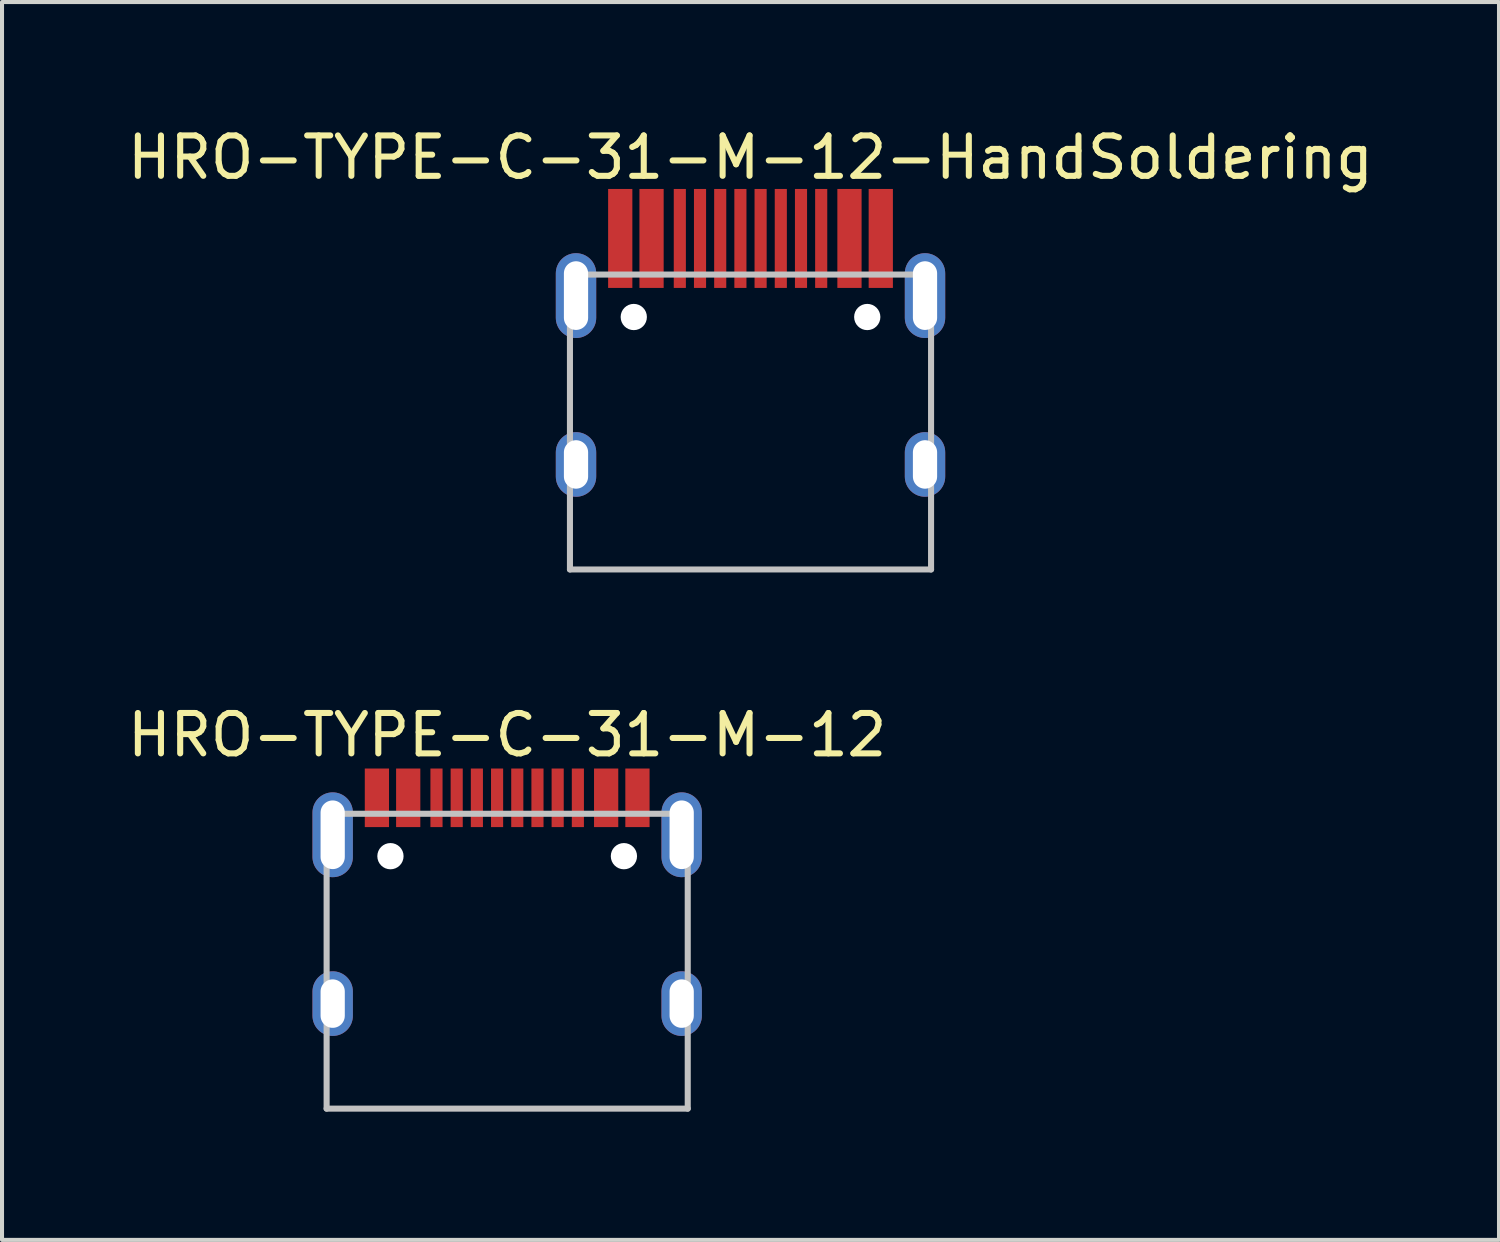
<source format=kicad_pcb>
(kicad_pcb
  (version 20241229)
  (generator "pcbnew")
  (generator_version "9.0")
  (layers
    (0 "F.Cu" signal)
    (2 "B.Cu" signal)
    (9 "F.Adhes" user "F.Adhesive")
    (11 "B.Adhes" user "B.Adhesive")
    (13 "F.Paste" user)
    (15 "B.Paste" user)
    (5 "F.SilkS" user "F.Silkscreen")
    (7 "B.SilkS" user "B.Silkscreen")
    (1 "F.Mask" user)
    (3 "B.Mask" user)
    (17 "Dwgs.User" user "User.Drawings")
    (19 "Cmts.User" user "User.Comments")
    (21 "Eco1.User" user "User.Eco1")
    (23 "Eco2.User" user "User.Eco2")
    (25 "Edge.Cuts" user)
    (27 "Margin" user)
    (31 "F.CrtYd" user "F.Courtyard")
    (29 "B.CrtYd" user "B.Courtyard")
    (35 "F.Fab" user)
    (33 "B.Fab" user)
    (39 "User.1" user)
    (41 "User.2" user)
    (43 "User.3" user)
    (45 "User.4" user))
  (footprint "HRO-TYPE-C-31-M-12"
    (layer "F.Cu")
    (at 9.506 24.396)
    (property "Reference" "HRO-TYPE-C-31-M-12" (at 0 -9.25 0) (layer "F.SilkS") (effects (font (size 1 1) (thickness 0.15))))
    (attr through_hole)
    (fp_line (start -4.47 -7.3) (end 4.47 -7.3) (stroke (width 0.15) (type solid)) (layer "Dwgs.User"))
    (fp_line (start -4.47 0) (end -4.47 -7.3) (stroke (width 0.15) (type solid)) (layer "Dwgs.User"))
    (fp_line (start -4.47 0) (end 4.47 0) (stroke (width 0.15) (type solid)) (layer "Dwgs.User"))
    (fp_line (start 4.47 0) (end 4.47 -7.3) (stroke (width 0.15) (type solid)) (layer "Dwgs.User"))
    (pad "" np_thru_hole circle (at -2.89 -6.25) (size 0.65 0.65) (drill 0.65) (layers "*.Cu" "*.Mask"))
    (pad "" np_thru_hole circle (at 2.89 -6.25) (size 0.65 0.65) (drill 0.65) (layers "*.Cu" "*.Mask"))
    (pad "1" smd rect (at -3.225 -7.695) (size 0.6 1.45) (layers "F.Cu" "F.Mask" "F.Paste"))
    (pad "2" smd rect (at -2.45 -7.695) (size 0.6 1.45) (layers "F.Cu" "F.Mask" "F.Paste"))
    (pad "3" smd rect (at -1.75 -7.695) (size 0.3 1.45) (layers "F.Cu" "F.Mask" "F.Paste"))
    (pad "4" smd rect (at -1.25 -7.695) (size 0.3 1.45) (layers "F.Cu" "F.Mask" "F.Paste"))
    (pad "5" smd rect (at -0.75 -7.695) (size 0.3 1.45) (layers "F.Cu" "F.Mask" "F.Paste"))
    (pad "6" smd rect (at -0.25 -7.695) (size 0.3 1.45) (layers "F.Cu" "F.Mask" "F.Paste"))
    (pad "7" smd rect (at 0.25 -7.695) (size 0.3 1.45) (layers "F.Cu" "F.Mask" "F.Paste"))
    (pad "8" smd rect (at 0.75 -7.695) (size 0.3 1.45) (layers "F.Cu" "F.Mask" "F.Paste"))
    (pad "9" smd rect (at 1.25 -7.695) (size 0.3 1.45) (layers "F.Cu" "F.Mask" "F.Paste"))
    (pad "10" smd rect (at 1.75 -7.695) (size 0.3 1.45) (layers "F.Cu" "F.Mask" "F.Paste"))
    (pad "11" smd rect (at 2.45 -7.695) (size 0.6 1.45) (layers "F.Cu" "F.Mask" "F.Paste"))
    (pad "12" smd rect (at 3.225 -7.695) (size 0.6 1.45) (layers "F.Cu" "F.Mask" "F.Paste"))
    (pad "13" thru_hole oval (at -4.32 -6.78) (size 1 2.1) (drill oval 0.6 1.7) (layers "*.Cu" "B.Mask"))
    (pad "13" thru_hole oval (at -4.32 -2.6) (size 1 1.6) (drill oval 0.6 1.2) (layers "*.Cu" "B.Mask"))
    (pad "13" thru_hole oval (at 4.32 -6.78) (size 1 2.1) (drill oval 0.6 1.7) (layers "*.Cu" "B.Mask"))
    (pad "13" thru_hole oval (at 4.32 -2.6) (size 1 1.6) (drill oval 0.6 1.2) (layers "*.Cu" "B.Mask")))
  (footprint "HRO-TYPE-C-31-M-12-HandSoldering"
    (layer "F.Cu")
    (at 15.53 11.048)
    (property "Reference" "HRO-TYPE-C-31-M-12-HandSoldering" (at 0 -10.2 0) (layer "F.SilkS") (effects (font (size 1 1) (thickness 0.15))))
    (attr through_hole)
    (fp_line (start -4.47 -7.3) (end 4.47 -7.3) (stroke (width 0.15) (type solid)) (layer "Dwgs.User"))
    (fp_line (start -4.47 0) (end -4.47 -7.3) (stroke (width 0.15) (type solid)) (layer "Dwgs.User"))
    (fp_line (start -4.47 0) (end 4.47 0) (stroke (width 0.15) (type solid)) (layer "Dwgs.User"))
    (fp_line (start 4.47 0) (end 4.47 -7.3) (stroke (width 0.15) (type solid)) (layer "Dwgs.User"))
    (pad "" np_thru_hole circle (at -2.89 -6.25) (size 0.65 0.65) (drill 0.65) (layers "*.Cu" "*.Mask"))
    (pad "" np_thru_hole circle (at 2.89 -6.25) (size 0.65 0.65) (drill 0.65) (layers "*.Cu" "*.Mask"))
    (pad "1" smd rect (at -3.225 -8.195) (size 0.6 2.45) (layers "F.Cu" "F.Mask" "F.Paste"))
    (pad "2" smd rect (at -2.45 -8.195) (size 0.6 2.45) (layers "F.Cu" "F.Mask" "F.Paste"))
    (pad "3" smd rect (at -1.75 -8.195) (size 0.3 2.45) (layers "F.Cu" "F.Mask" "F.Paste"))
    (pad "4" smd rect (at -1.25 -8.195) (size 0.3 2.45) (layers "F.Cu" "F.Mask" "F.Paste"))
    (pad "5" smd rect (at -0.75 -8.195) (size 0.3 2.45) (layers "F.Cu" "F.Mask" "F.Paste"))
    (pad "6" smd rect (at -0.25 -8.195) (size 0.3 2.45) (layers "F.Cu" "F.Mask" "F.Paste"))
    (pad "7" smd rect (at 0.25 -8.195) (size 0.3 2.45) (layers "F.Cu" "F.Mask" "F.Paste"))
    (pad "8" smd rect (at 0.75 -8.195) (size 0.3 2.45) (layers "F.Cu" "F.Mask" "F.Paste"))
    (pad "9" smd rect (at 1.25 -8.195) (size 0.3 2.45) (layers "F.Cu" "F.Mask" "F.Paste"))
    (pad "10" smd rect (at 1.75 -8.195) (size 0.3 2.45) (layers "F.Cu" "F.Mask" "F.Paste"))
    (pad "11" smd rect (at 2.45 -8.195) (size 0.6 2.45) (layers "F.Cu" "F.Mask" "F.Paste"))
    (pad "12" smd rect (at 3.225 -8.195) (size 0.6 2.45) (layers "F.Cu" "F.Mask" "F.Paste"))
    (pad "13" thru_hole oval (at -4.32 -6.78) (size 1 2.1) (drill oval 0.6 1.7) (layers "*.Cu" "B.Mask"))
    (pad "13" thru_hole oval (at -4.32 -2.6) (size 1 1.6) (drill oval 0.6 1.2) (layers "*.Cu" "B.Mask"))
    (pad "13" thru_hole oval (at 4.32 -6.78) (size 1 2.1) (drill oval 0.6 1.7) (layers "*.Cu" "B.Mask"))
    (pad "13" thru_hole oval (at 4.32 -2.6) (size 1 1.6) (drill oval 0.6 1.2) (layers "*.Cu" "B.Mask")))
  (gr_rect
    (start -3 -3)
    (end 34.06 27.646)
    (stroke (width 0.1) (type default))
    (fill no)
    (layer "Edge.Cuts")))
</source>
